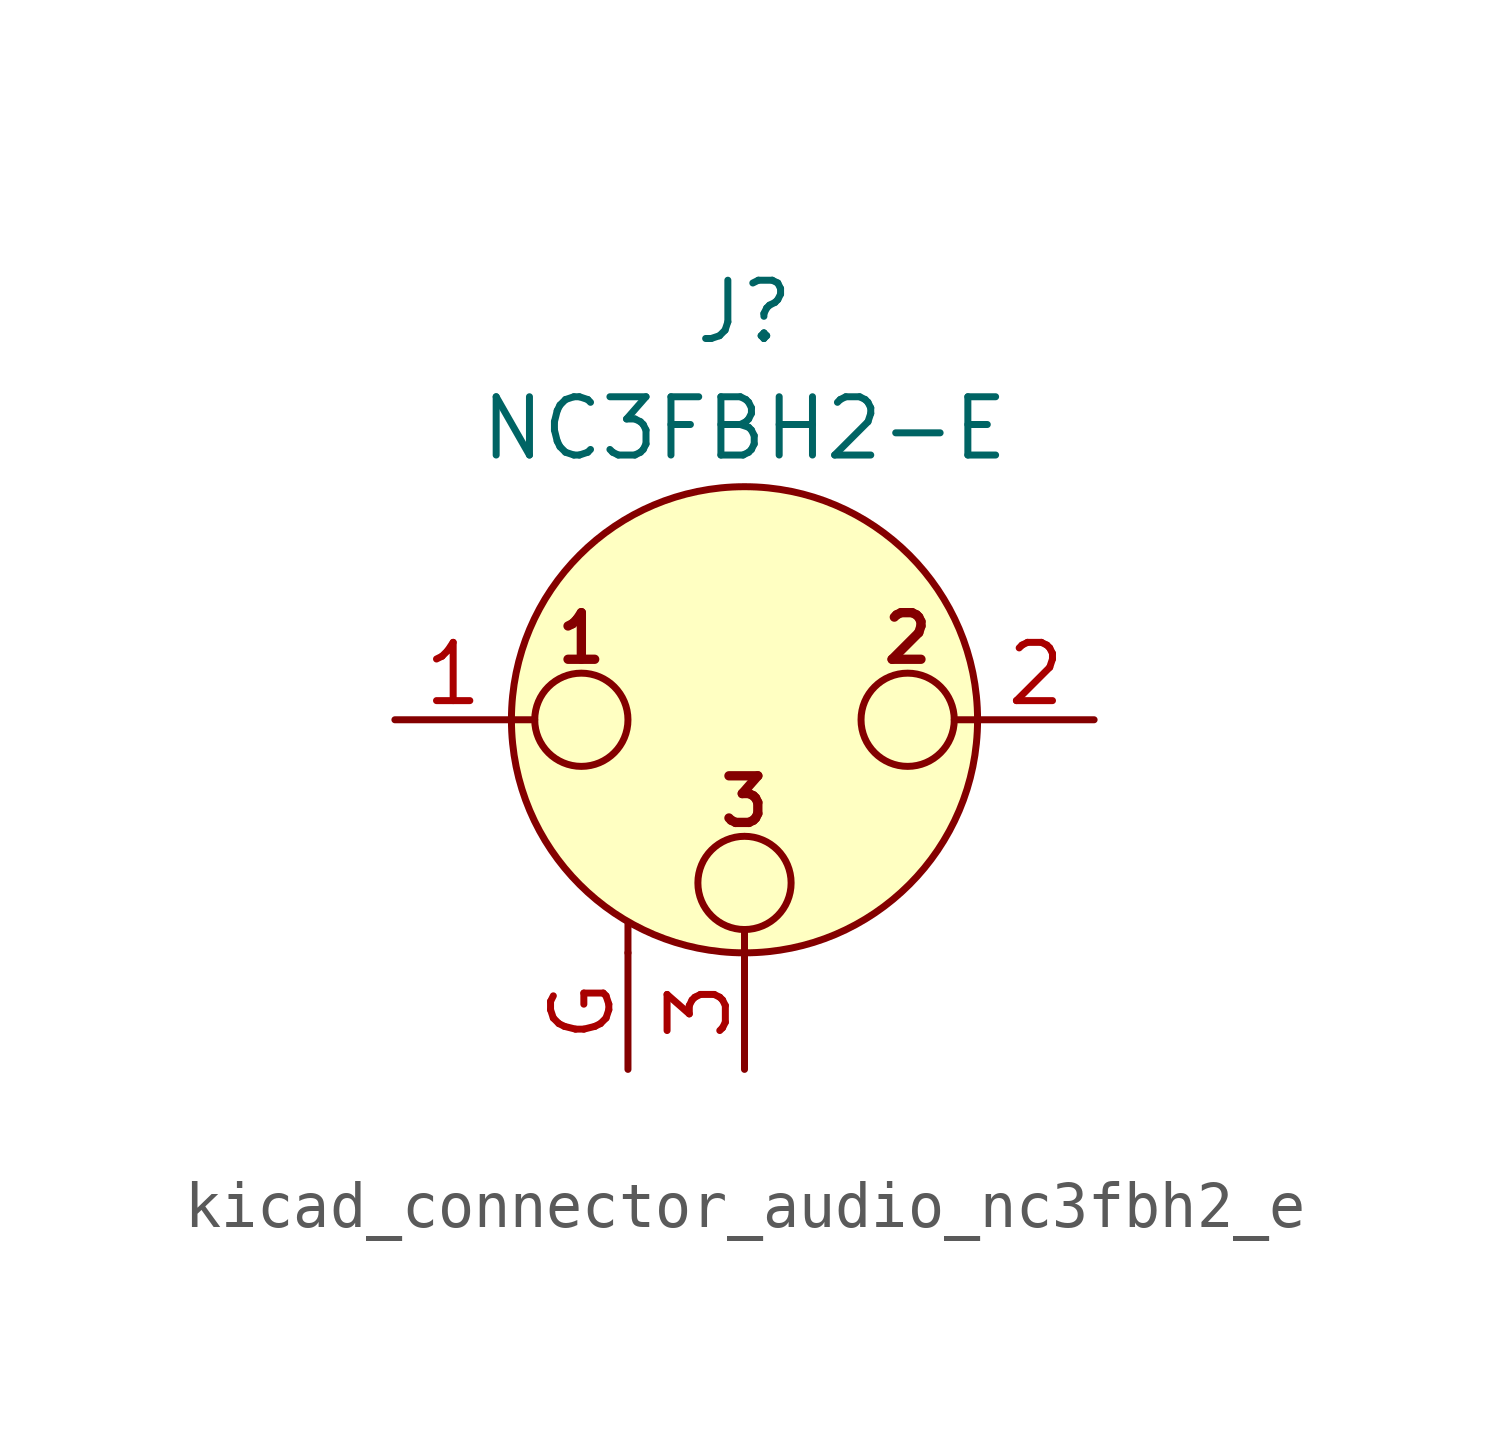
<source format=kicad_sym>
(kicad_symbol_lib
  (version 20220914)
  (generator kicad_symbol_editor)
  (symbol "kicad_connector_audio_nc3fbh2_e"
    (pin_names hide)
    (property "Reference" "J"
      (at 0 8.89 0)
      (effects (font (size 1.27 1.27))))
    (property "Value" "NC3FBH2-E"
      (at 0 6.35 0)
      (effects (font (size 1.27 1.27))))
    (symbol "kicad_connector_audio_nc3fbh2_e_0_1"
      (circle (center -3.556 0) (radius 1.016) (stroke (width 0) (type default)) (fill (type none)))
      (circle (center 0 -3.556) (radius 1.016) (stroke (width 0) (type default)) (fill (type none)))
      (polyline (pts (xy -5.08 0) (xy -4.572 0)) (stroke (width 0) (type default)) (fill (type none)))
      (polyline (pts (xy -2.54 -5.08) (xy -2.54 -4.445)) (stroke (width 0) (type default)) (fill (type none)))
      (polyline (pts (xy 0 -5.08) (xy 0 -4.572)) (stroke (width 0) (type default)) (fill (type none)))
      (polyline (pts (xy 5.08 0) (xy 4.572 0)) (stroke (width 0) (type default)) (fill (type none)))
      (circle (center 0 0) (radius 5.08) (stroke (width 0) (type default)) (fill (type background)))
      (circle (center 3.556 0) (radius 1.016) (stroke (width 0) (type default)) (fill (type none)))
      (text "1" (at -3.556 1.778 0) (effects (font (size 1.016 1.016) bold)))
      (text "2" (at 3.556 1.778 0) (effects (font (size 1.016 1.016) bold)))
      (text "3" (at 0 -1.778 0) (effects (font (size 1.016 1.016) bold)))
      (pin passive line (at -7.62 0 0) (length 2.54) (name "~" (effects (font (size 1.27 1.27)))) (number "1" (effects (font (size 1.27 1.27)))))
      (pin passive line (at 7.62 0 180) (length 2.54) (name "~" (effects (font (size 1.27 1.27)))) (number "2" (effects (font (size 1.27 1.27)))))
      (pin passive line (at 0 -7.62 90) (length 2.54) (name "~" (effects (font (size 1.27 1.27)))) (number "3" (effects (font (size 1.27 1.27))))))
    (symbol "kicad_connector_audio_nc3fbh2_e_1_1"
      (pin passive line (at -2.54 -7.62 90) (length 2.54) (name "~" (effects (font (size 1.27 1.27)))) (number "G" (effects (font (size 1.27 1.27))))))))
</source>
